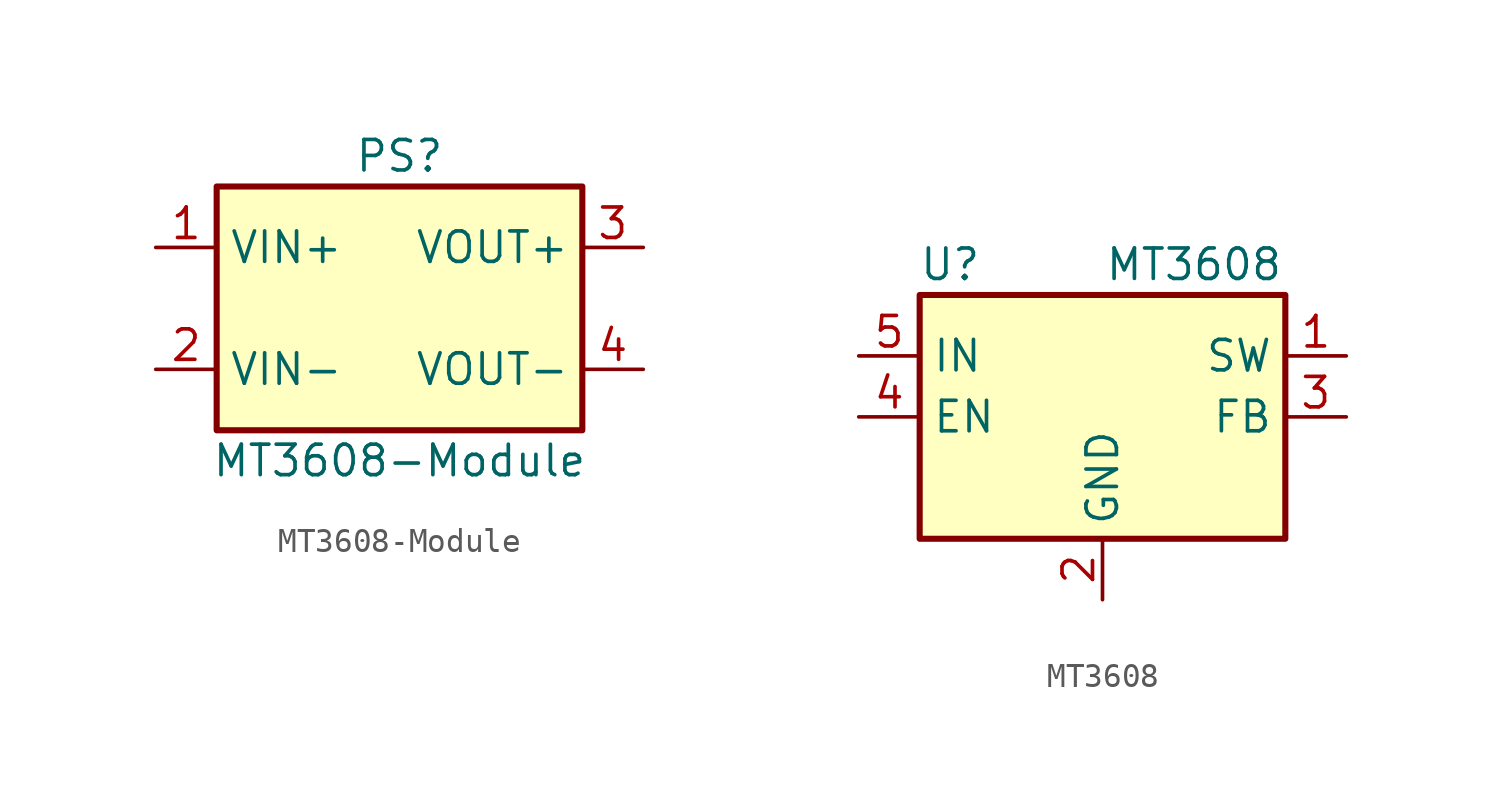
<source format=kicad_sym>
(kicad_symbol_lib
  (version 20220914)
  (generator kicad_symbol_editor)
  (symbol "MT3608-Module"
    (property "Reference" "PS"
      (at 0 6.35 0)
      (effects (font (size 1.27 1.27))))
    (property "Value" "MT3608-Module"
      (at 0 -6.35 0)
      (effects (font (size 1.27 1.27))))
    (symbol "MT3608-Module_0_1"
      (rectangle (start -7.62 5.08) (end 7.62 -5.08) (stroke (width 0.254) (type default)) (fill (type background))))
    (symbol "MT3608-Module_1_1"
      (pin power_in line (at -10.16 2.54 0) (length 2.54) (name "VIN+" (effects (font (size 1.27 1.27)))) (number "1" (effects (font (size 1.27 1.27)))))
      (pin power_in line (at -10.16 -2.54 0) (length 2.54) (name "VIN-" (effects (font (size 1.27 1.27)))) (number "2" (effects (font (size 1.27 1.27)))))
      (pin power_out line (at 10.16 2.54 180) (length 2.54) (name "VOUT+" (effects (font (size 1.27 1.27)))) (number "3" (effects (font (size 1.27 1.27)))))
      (pin power_out line (at 10.16 -2.54 180) (length 2.54) (name "VOUT-" (effects (font (size 1.27 1.27)))) (number "4" (effects (font (size 1.27 1.27)))))))
  (symbol "MT3608"
    (property "Reference" "U"
      (at -6.35 6.35 0)
      (effects (font (size 1.27 1.27))))
    (property "Value" "MT3608"
      (at 3.81 6.35 0)
      (effects (font (size 1.27 1.27))))
    (symbol "MT3608_0_1"
      (rectangle (start -7.62 5.08) (end 7.62 -5.08) (stroke (width 0.254) (type default)) (fill (type background))))
    (symbol "MT3608_1_1"
      (pin power_out line (at 10.16 2.54 180) (length 2.54) (name "SW" (effects (font (size 1.27 1.27)))) (number "1" (effects (font (size 1.27 1.27)))))
      (pin power_in line (at 0 -7.62 90) (length 2.54) (name "GND" (effects (font (size 1.27 1.27)))) (number "2" (effects (font (size 1.27 1.27)))))
      (pin output line (at 10.16 0 180) (length 2.54) (name "FB" (effects (font (size 1.27 1.27)))) (number "3" (effects (font (size 1.27 1.27)))))
      (pin input line (at -10.16 0 0) (length 2.54) (name "EN" (effects (font (size 1.27 1.27)))) (number "4" (effects (font (size 1.27 1.27)))))
      (pin power_out line (at -10.16 2.54 0) (length 2.54) (name "IN" (effects (font (size 1.27 1.27)))) (number "5" (effects (font (size 1.27 1.27)))))
      (pin no_connect line (at -6.35 11.43 0) (length 2.54) hide (name "NC" (effects (font (size 1.27 1.27)))) (number "6" (effects (font (size 1.27 1.27))))))))
</source>
